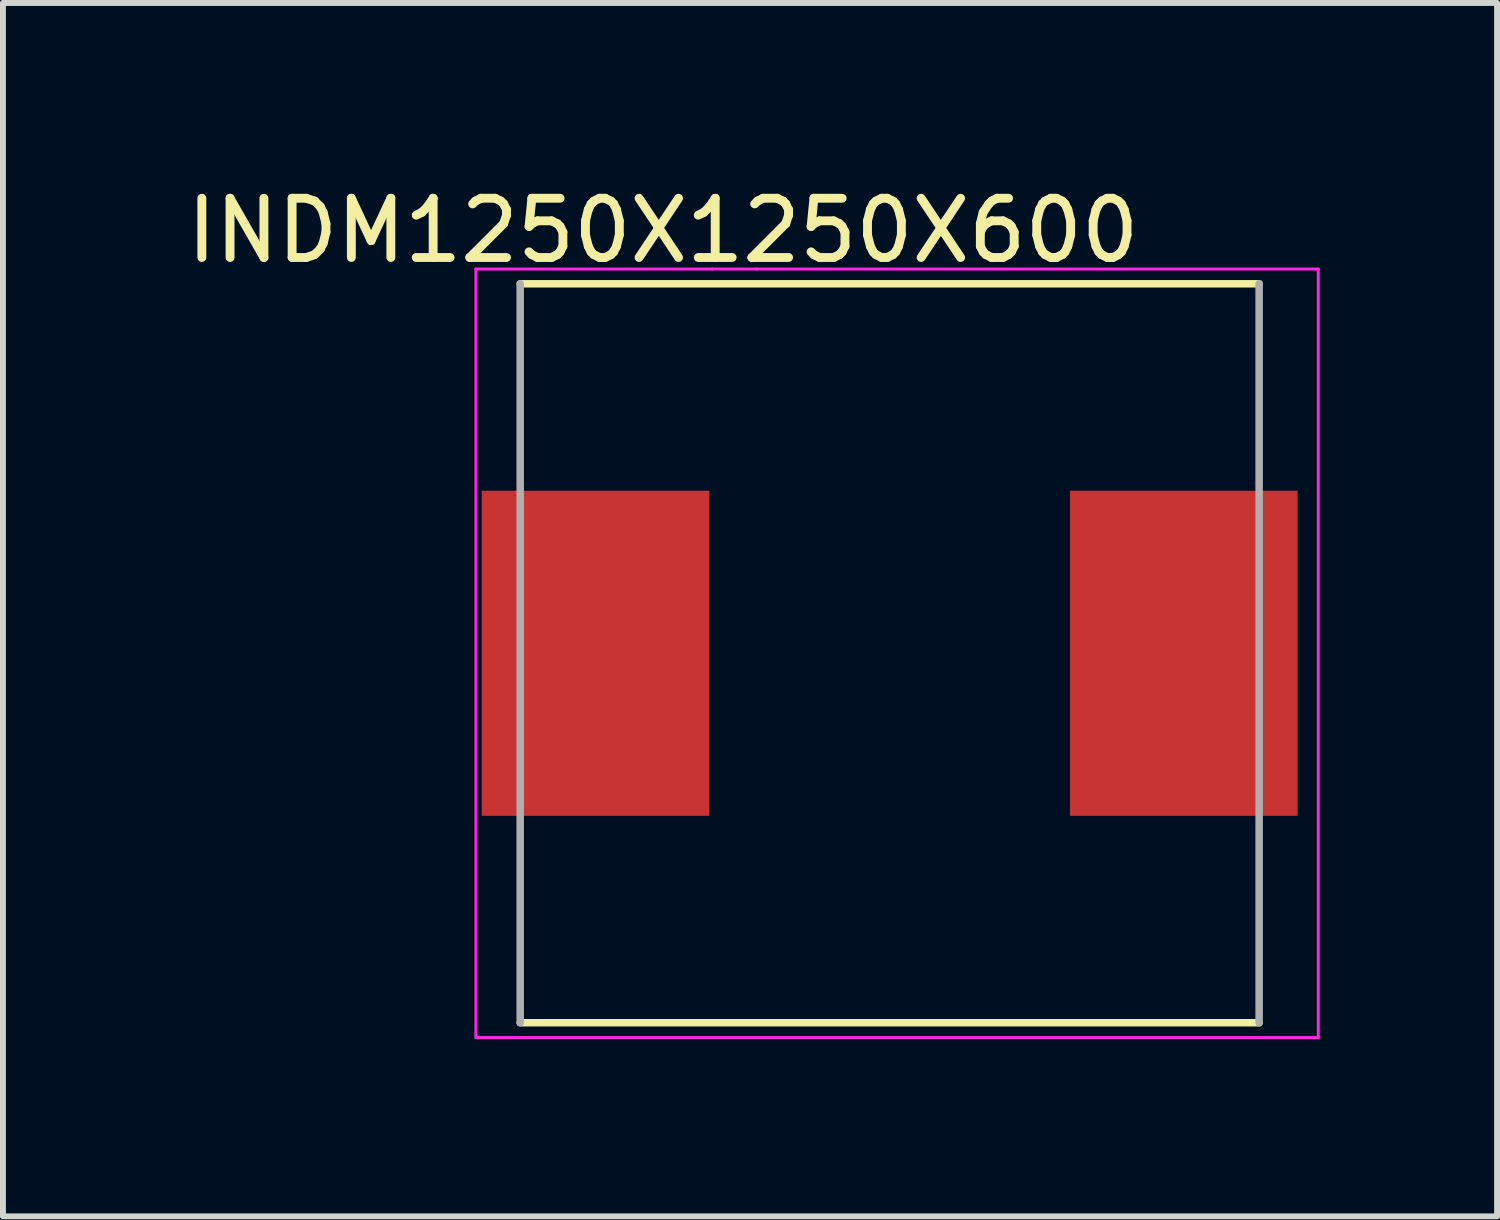
<source format=kicad_pcb>
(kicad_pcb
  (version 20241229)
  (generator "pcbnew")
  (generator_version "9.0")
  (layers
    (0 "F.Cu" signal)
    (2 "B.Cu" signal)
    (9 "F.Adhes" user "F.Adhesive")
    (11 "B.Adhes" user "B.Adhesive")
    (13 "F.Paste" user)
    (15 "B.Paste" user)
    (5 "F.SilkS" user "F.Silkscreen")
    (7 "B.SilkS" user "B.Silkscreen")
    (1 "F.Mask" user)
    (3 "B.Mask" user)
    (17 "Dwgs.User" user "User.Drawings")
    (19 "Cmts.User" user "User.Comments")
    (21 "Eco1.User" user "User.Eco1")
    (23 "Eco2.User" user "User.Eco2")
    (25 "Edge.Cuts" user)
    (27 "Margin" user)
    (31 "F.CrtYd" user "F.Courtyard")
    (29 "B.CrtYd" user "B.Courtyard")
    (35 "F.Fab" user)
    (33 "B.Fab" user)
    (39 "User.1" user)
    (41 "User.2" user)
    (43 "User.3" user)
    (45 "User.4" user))
  (footprint "INDM1250X1250X600"
    (layer "F.Cu")
    (at 12 8.001)
    (property "Reference" "INDM1250X1250X600" (at -3.834 -7.151 0) (layer "F.SilkS") (effects (font (size 1.002 1.002) (thickness 0.15))))
    (attr smd)
    (fp_line (start -6.25 6.25) (end 6.25 6.25) (stroke (width 0.127) (type solid)) (layer "F.SilkS"))
    (fp_line (start 6.25 -6.25) (end -6.25 -6.25) (stroke (width 0.127) (type solid)) (layer "F.SilkS"))
    (fp_line (start -7 -6.5) (end -7 6.5) (stroke (width 0.05) (type solid)) (layer "F.CrtYd"))
    (fp_line (start -7 6.5) (end 7.25 6.5) (stroke (width 0.05) (type solid)) (layer "F.CrtYd"))
    (fp_line (start -3 -6.5) (end -7 -6.5) (stroke (width 0.05) (type solid)) (layer "F.CrtYd"))
    (fp_line (start -2.25 -6.5) (end -3 -6.5) (stroke (width 0.05) (type solid)) (layer "F.CrtYd"))
    (fp_line (start 7.25 -6.5) (end -2.25 -6.5) (stroke (width 0.05) (type solid)) (layer "F.CrtYd"))
    (fp_line (start 7.25 6.5) (end 7.25 -6.5) (stroke (width 0.05) (type solid)) (layer "F.CrtYd"))
    (fp_line (start -6.25 -6.25) (end -6.25 6.25) (stroke (width 0.127) (type solid)) (layer "F.Fab"))
    (fp_line (start 6.25 6.25) (end 6.25 -6.25) (stroke (width 0.127) (type solid)) (layer "F.Fab"))
    (pad "1" smd rect (at -4.975 0) (size 3.85 5.5) (layers "F.Cu" "F.Mask" "F.Paste"))
    (pad "2" smd rect (at 4.975 0) (size 3.85 5.5) (layers "F.Cu" "F.Mask" "F.Paste")))
  (gr_rect
    (start -3 -3)
    (end 22.275 17.526)
    (stroke (width 0.1) (type default))
    (fill no)
    (layer "Edge.Cuts")))
</source>
